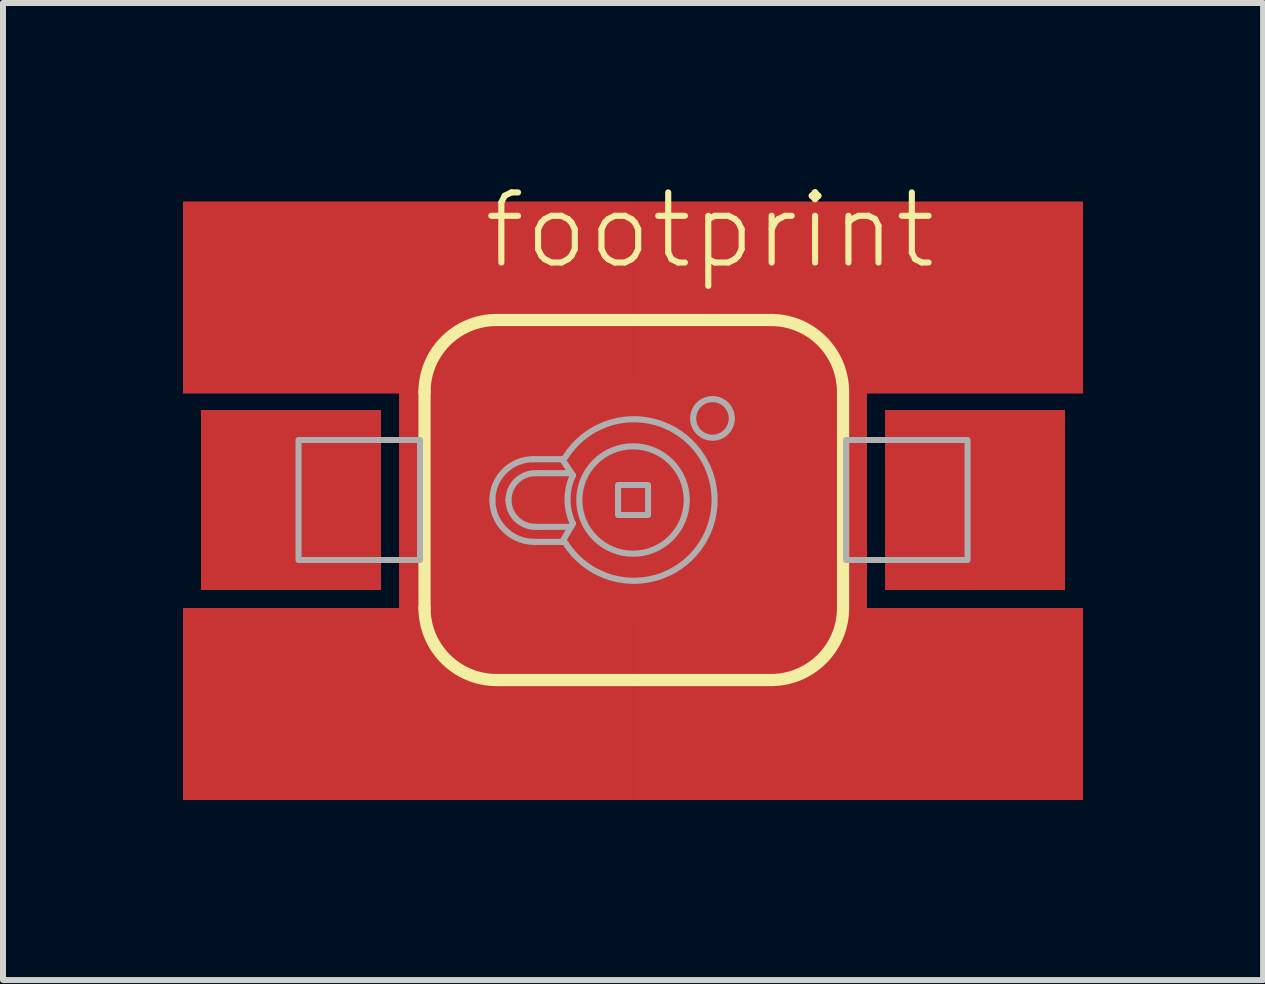
<source format=kicad_pcb>
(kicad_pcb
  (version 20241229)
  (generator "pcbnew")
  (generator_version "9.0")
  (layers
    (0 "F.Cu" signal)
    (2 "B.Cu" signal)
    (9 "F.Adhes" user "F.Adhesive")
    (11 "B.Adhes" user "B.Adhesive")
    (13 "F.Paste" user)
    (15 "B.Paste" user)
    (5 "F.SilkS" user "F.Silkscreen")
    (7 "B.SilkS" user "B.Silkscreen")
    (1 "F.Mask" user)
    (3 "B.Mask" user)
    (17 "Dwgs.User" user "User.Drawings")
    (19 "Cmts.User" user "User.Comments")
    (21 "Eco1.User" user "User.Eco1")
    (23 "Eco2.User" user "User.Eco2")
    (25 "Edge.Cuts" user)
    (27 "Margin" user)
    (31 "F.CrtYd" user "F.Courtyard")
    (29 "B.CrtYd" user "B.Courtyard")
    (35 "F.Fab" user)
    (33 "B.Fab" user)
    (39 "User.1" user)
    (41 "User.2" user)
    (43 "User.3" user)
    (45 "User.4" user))
  (footprint "footprint"
    (layer "F.Cu")
    (at 7.5 5.283)
    (property "Reference" "footprint" (at -2.54 -3.81 0) (layer "F.SilkS") (effects (font (size 1.168 1.168) (thickness 0.102)) (justify left bottom)))
    (fp_circle (center 0 0) (end 1 0) (stroke (width 2) (type solid)) (fill yes) (layer "F.Mask"))
    (fp_poly (pts (xy -7.375 1.675) (xy -4.025 1.675) (xy -4.025 -1.675) (xy -7.375 -1.675)) (stroke (width 0) (type solid)) (fill yes) (layer "F.Mask"))
    (fp_poly (pts (xy 4.025 1.675) (xy 7.375 1.675) (xy 7.375 -1.675) (xy 4.025 -1.675)) (stroke (width 0) (type solid)) (fill yes) (layer "F.Mask"))
    (fp_line (start -3.475 1.8) (end -3.475 -1.8) (stroke (width 0.203) (type solid)) (layer "F.SilkS"))
    (fp_line (start -2.275 -3) (end 2.3 -3) (stroke (width 0.203) (type solid)) (layer "F.SilkS"))
    (fp_line (start 2.3 3) (end -2.275 3) (stroke (width 0.203) (type solid)) (layer "F.SilkS"))
    (fp_line (start 3.5 -1.8) (end 3.5 1.8) (stroke (width 0.203) (type solid)) (layer "F.SilkS"))
    (fp_arc (start -3.475 -1.8) (mid -3.123528 -2.648528) (end -2.275 -3) (stroke (width 0.2032) (type solid)) (layer "F.SilkS"))
    (fp_arc (start -2.275 3) (mid -3.123528 2.648528) (end -3.475 1.8) (stroke (width 0.2032) (type solid)) (layer "F.SilkS"))
    (fp_arc (start 2.3 -3) (mid 3.148528 -2.648528) (end 3.5 -1.8) (stroke (width 0.2032) (type solid)) (layer "F.SilkS"))
    (fp_arc (start 3.5 1.8) (mid 3.148528 2.648528) (end 2.3 3) (stroke (width 0.2032) (type solid)) (layer "F.SilkS"))
    (fp_circle (center 0 0) (end 0.888 0) (stroke (width 1.775) (type solid)) (fill yes) (layer "F.Paste"))
    (fp_line (start -1.646 0.698) (end -1.181 0.698) (stroke (width 0.102) (type solid)) (layer "F.Fab"))
    (fp_line (start -1.628 0.447) (end -1.056 0.447) (stroke (width 0.102) (type solid)) (layer "F.Fab"))
    (fp_line (start -1.181 -0.68) (end -1.664 -0.68) (stroke (width 0.102) (type solid)) (layer "F.Fab"))
    (fp_line (start -1.181 0.698) (end -1.002 0.394) (stroke (width 0.102) (type solid)) (layer "F.Fab"))
    (fp_line (start -1.038 -0.447) (end -1.628 -0.447) (stroke (width 0.102) (type solid)) (layer "F.Fab"))
    (fp_line (start -1.002 -0.411) (end -1.181 -0.68) (stroke (width 0.102) (type solid)) (layer "F.Fab"))
    (fp_arc (start -2.3437 0) (mid -2.144562 -0.480762) (end -1.6638 -0.6799) (stroke (width 0.1016) (type solid)) (layer "F.Fab"))
    (fp_arc (start -2.0754 0) (mid -1.944389 -0.316289) (end -1.6281 -0.4473) (stroke (width 0.1016) (type solid)) (layer "F.Fab"))
    (fp_arc (start -1.646 0.6977) (mid -2.139348 0.493348) (end -2.3437 0) (stroke (width 0.1016) (type solid)) (layer "F.Fab"))
    (fp_arc (start -1.6281 0.4473) (mid -1.944389 0.316289) (end -2.0754 0) (stroke (width 0.1016) (type solid)) (layer "F.Fab"))
    (fp_arc (start -1.1271 -0.7156) (mid 1.359811 0) (end -1.1271 0.7156) (stroke (width 0.1016) (type solid)) (layer "F.Fab"))
    (fp_arc (start -1.0019 0.3936) (mid -1.091451 -0.00895) (end -1.0019 -0.411501) (stroke (width 0.1016) (type solid)) (layer "F.Fab"))
    (fp_circle (center 0 0) (end 0.895 0) (stroke (width 0.102) (type solid)) (fill no) (layer "F.Fab"))
    (fp_circle (center 1.324 -1.36) (end 1.646 -1.36) (stroke (width 0.102) (type solid)) (fill no) (layer "F.Fab"))
    (fp_poly (pts (xy -5.575 1) (xy -3.55 1) (xy -3.55 -1) (xy -5.575 -1)) (stroke (width 0.1) (type solid)) (fill no) (layer "F.Fab"))
    (fp_poly (pts (xy -0.25 0.25) (xy 0.25 0.25) (xy 0.25 -0.25) (xy -0.25 -0.25)) (stroke (width 0.1) (type solid)) (fill no) (layer "F.Fab"))
    (fp_poly (pts (xy 5.575 -1) (xy 3.55 -1) (xy 3.55 1) (xy 5.575 1)) (stroke (width 0.1) (type solid)) (fill no) (layer "F.Fab"))
    (pad "A" smd rect (at -5.7 0) (size 3 3) (layers "F.Cu" "F.Paste"))
    (pad "C" smd rect (at 5.7 0) (size 3 3) (layers "F.Cu" "F.Paste"))
    (pad "C@1" smd rect (at 3.75 -3.375) (size 7.5 3.2) (layers "F.Cu"))
    (pad "C@2" smd rect (at -3.75 -3.375) (size 7.5 3.2) (layers "F.Cu"))
    (pad "C@3" smd rect (at -3.75 3.4) (size 7.5 3.2) (layers "F.Cu"))
    (pad "C@4" smd rect (at 3.75 3.4) (size 7.5 3.2) (layers "F.Cu"))
    (pad "C@5" smd rect (at 0 0) (size 7.8 4) (layers "F.Cu")))
  (gr_rect
    (start -3 -3)
    (end 18 13.283)
    (stroke (width 0.1) (type default))
    (fill no)
    (layer "Edge.Cuts")))
</source>
